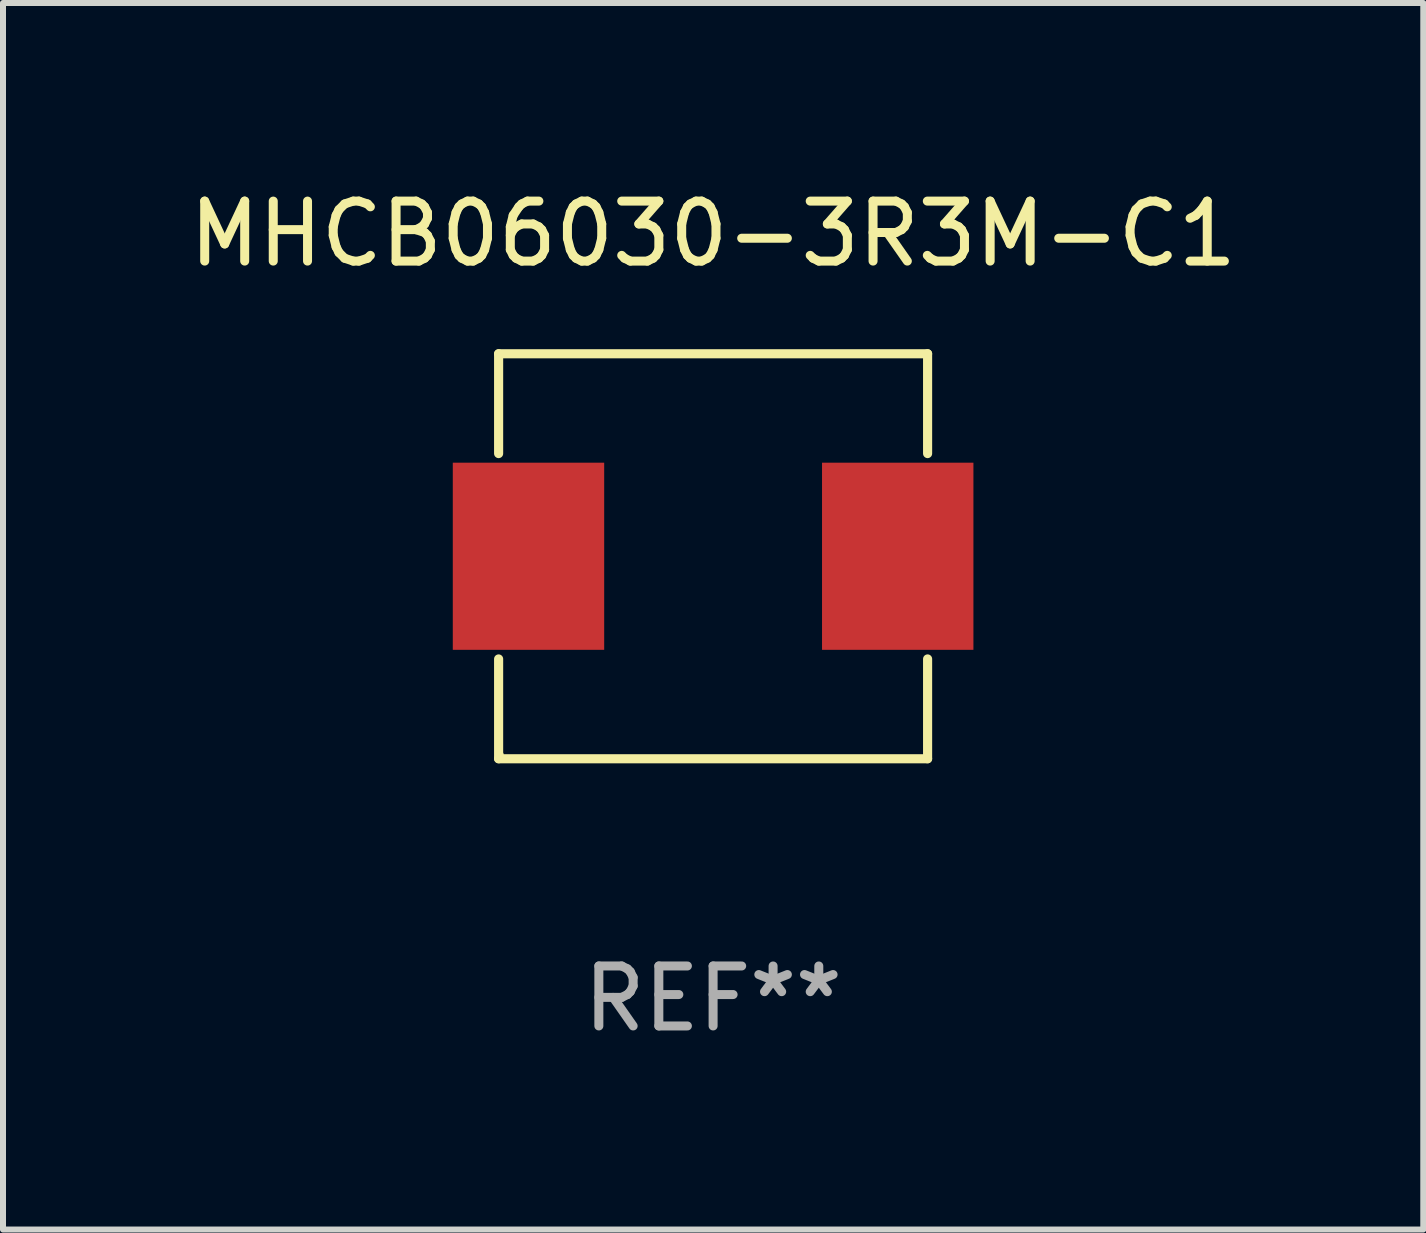
<source format=kicad_pcb>
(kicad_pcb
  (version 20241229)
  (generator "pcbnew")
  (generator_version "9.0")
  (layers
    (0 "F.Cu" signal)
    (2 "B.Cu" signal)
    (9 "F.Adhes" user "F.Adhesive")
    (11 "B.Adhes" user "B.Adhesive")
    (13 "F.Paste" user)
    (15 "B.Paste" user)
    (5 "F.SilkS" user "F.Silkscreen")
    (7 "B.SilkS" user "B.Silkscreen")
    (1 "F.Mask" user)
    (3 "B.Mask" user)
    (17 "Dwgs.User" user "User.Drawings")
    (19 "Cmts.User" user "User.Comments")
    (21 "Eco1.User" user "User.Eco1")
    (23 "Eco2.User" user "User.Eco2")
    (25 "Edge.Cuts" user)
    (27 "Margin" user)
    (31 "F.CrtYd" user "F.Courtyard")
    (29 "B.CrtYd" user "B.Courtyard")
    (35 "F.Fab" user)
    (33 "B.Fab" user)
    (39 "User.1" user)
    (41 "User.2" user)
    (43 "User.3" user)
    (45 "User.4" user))
  (footprint "MHCB06030-3R3M-C1"
    (layer "F.Cu")
    (at 8.839 6.224)
    (property "Reference" "MHCB06030-3R3M-C1" (at 0 -5.376 0) (layer "F.SilkS") (effects (font (size 1 1) (thickness 0.15))))
    (attr through_hole)
    (fp_line (start -3.576 -3.376) (end 3.576 -3.376) (stroke (width 0.152) (type solid)) (layer "F.SilkS"))
    (fp_line (start -3.576 -1.712) (end -3.576 -3.376) (stroke (width 0.152) (type solid)) (layer "F.SilkS"))
    (fp_line (start -3.576 1.712) (end -3.576 3.376) (stroke (width 0.152) (type solid)) (layer "F.SilkS"))
    (fp_line (start -3.576 3.376) (end 3.576 3.376) (stroke (width 0.152) (type solid)) (layer "F.SilkS"))
    (fp_line (start 3.576 -3.376) (end 3.576 -1.712) (stroke (width 0.152) (type solid)) (layer "F.SilkS"))
    (fp_line (start 3.576 3.376) (end 3.576 1.712) (stroke (width 0.152) (type solid)) (layer "F.SilkS"))
    (fp_circle (center -3.552 3.307) (end -3.522 3.307) (stroke (width 0.06) (type solid)) (fill no) (layer "F.SilkS"))
    (fp_text user "REF**" (at 0 7.376 0) (layer "F.Fab") (effects (font (size 1 1) (thickness 0.15))))
    (pad "1" smd rect (at -3.078 0) (size 2.524 3.12) (layers "F.Cu" "F.Mask" "F.Paste"))
    (pad "2" smd rect (at 3.078 0) (size 2.524 3.12) (layers "F.Cu" "F.Mask" "F.Paste")))
  (gr_rect
    (start -3 -3)
    (end 20.679 17.449)
    (stroke (width 0.1) (type default))
    (fill no)
    (layer "Edge.Cuts")))
</source>
